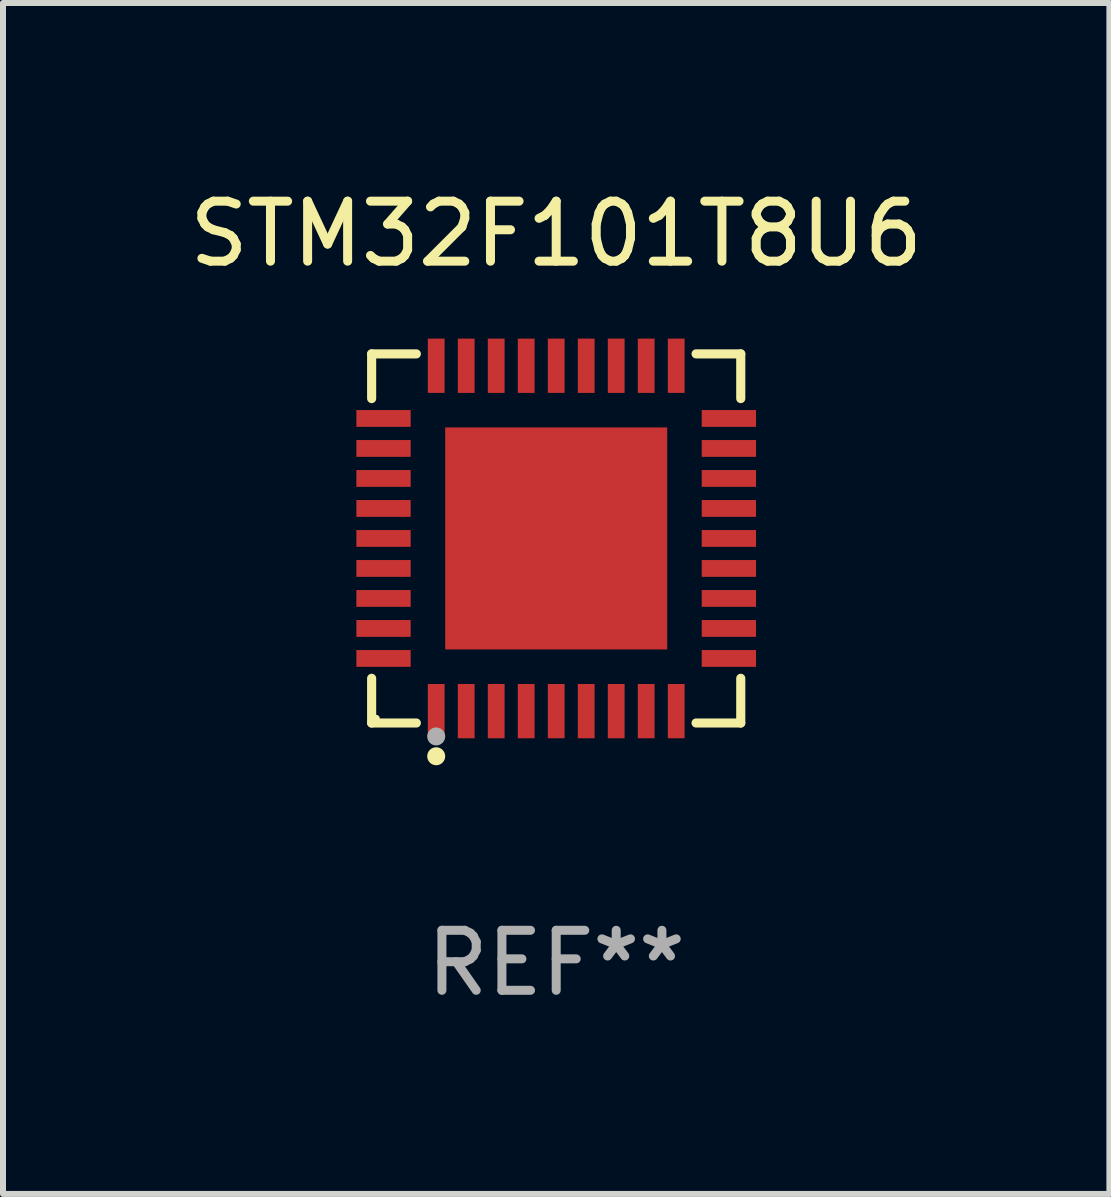
<source format=kicad_pcb>
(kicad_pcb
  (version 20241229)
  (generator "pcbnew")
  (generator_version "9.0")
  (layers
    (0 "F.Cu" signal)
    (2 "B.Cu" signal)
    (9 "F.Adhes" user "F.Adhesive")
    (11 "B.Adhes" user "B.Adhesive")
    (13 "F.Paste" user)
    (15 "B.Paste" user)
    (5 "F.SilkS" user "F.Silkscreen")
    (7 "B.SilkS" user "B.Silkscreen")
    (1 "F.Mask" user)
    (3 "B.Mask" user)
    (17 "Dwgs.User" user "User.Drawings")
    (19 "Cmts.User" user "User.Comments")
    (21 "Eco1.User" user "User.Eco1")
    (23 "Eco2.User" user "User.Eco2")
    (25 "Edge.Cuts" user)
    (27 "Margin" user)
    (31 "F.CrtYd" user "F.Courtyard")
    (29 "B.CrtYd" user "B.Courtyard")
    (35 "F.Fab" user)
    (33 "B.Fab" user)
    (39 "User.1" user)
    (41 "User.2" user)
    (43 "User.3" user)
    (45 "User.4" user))
  (footprint "STM32F101T8U6"
    (layer "F.Cu")
    (at 6.22 5.924)
    (property "Reference" "STM32F101T8U6" (at 0 -5.076 0) (layer "F.SilkS") (effects (font (size 1 1) (thickness 0.15))))
    (attr through_hole)
    (fp_line (start -3.076 -3.076) (end -2.331 -3.076) (stroke (width 0.152) (type solid)) (layer "F.SilkS"))
    (fp_line (start -3.076 -2.331) (end -3.076 -3.076) (stroke (width 0.152) (type solid)) (layer "F.SilkS"))
    (fp_line (start -3.076 2.331) (end -3.076 3.076) (stroke (width 0.152) (type solid)) (layer "F.SilkS"))
    (fp_line (start -3.076 3.076) (end -2.331 3.076) (stroke (width 0.152) (type solid)) (layer "F.SilkS"))
    (fp_line (start 3.076 -3.076) (end 2.331 -3.076) (stroke (width 0.152) (type solid)) (layer "F.SilkS"))
    (fp_line (start 3.076 -2.331) (end 3.076 -3.076) (stroke (width 0.152) (type solid)) (layer "F.SilkS"))
    (fp_line (start 3.076 2.331) (end 3.076 3.076) (stroke (width 0.152) (type solid)) (layer "F.SilkS"))
    (fp_line (start 3.076 3.076) (end 2.331 3.076) (stroke (width 0.152) (type solid)) (layer "F.SilkS"))
    (fp_circle (center -3 3) (end -2.97 3) (stroke (width 0.06) (type solid)) (fill no) (layer "F.SilkS"))
    (fp_circle (center -2 3.63) (end -1.925 3.63) (stroke (width 0.15) (type solid)) (fill no) (layer "F.SilkS"))
    (fp_circle (center -2 3.3) (end -1.925 3.3) (stroke (width 0.15) (type solid)) (fill no) (layer "F.Fab"))
    (fp_text user "REF**" (at 0 7.076 0) (layer "F.Fab") (effects (font (size 1 1) (thickness 0.15))))
    (pad "1" smd rect (at -2 2.878) (size 0.28 0.905) (layers "F.Cu" "F.Mask" "F.Paste"))
    (pad "2" smd rect (at -1.5 2.878) (size 0.28 0.905) (layers "F.Cu" "F.Mask" "F.Paste"))
    (pad "3" smd rect (at -1 2.878) (size 0.28 0.905) (layers "F.Cu" "F.Mask" "F.Paste"))
    (pad "4" smd rect (at -0.5 2.878) (size 0.28 0.905) (layers "F.Cu" "F.Mask" "F.Paste"))
    (pad "5" smd rect (at 0 2.878) (size 0.28 0.905) (layers "F.Cu" "F.Mask" "F.Paste"))
    (pad "6" smd rect (at 0.5 2.878) (size 0.28 0.905) (layers "F.Cu" "F.Mask" "F.Paste"))
    (pad "7" smd rect (at 1 2.878) (size 0.28 0.905) (layers "F.Cu" "F.Mask" "F.Paste"))
    (pad "8" smd rect (at 1.5 2.878) (size 0.28 0.905) (layers "F.Cu" "F.Mask" "F.Paste"))
    (pad "9" smd rect (at 2 2.878) (size 0.28 0.905) (layers "F.Cu" "F.Mask" "F.Paste"))
    (pad "10" smd rect (at 2.878 2) (size 0.905 0.28) (layers "F.Cu" "F.Mask" "F.Paste"))
    (pad "11" smd rect (at 2.878 1.5) (size 0.905 0.28) (layers "F.Cu" "F.Mask" "F.Paste"))
    (pad "12" smd rect (at 2.878 1) (size 0.905 0.28) (layers "F.Cu" "F.Mask" "F.Paste"))
    (pad "13" smd rect (at 2.878 0.5) (size 0.905 0.28) (layers "F.Cu" "F.Mask" "F.Paste"))
    (pad "14" smd rect (at 2.878 0) (size 0.905 0.28) (layers "F.Cu" "F.Mask" "F.Paste"))
    (pad "15" smd rect (at 2.878 -0.5) (size 0.905 0.28) (layers "F.Cu" "F.Mask" "F.Paste"))
    (pad "16" smd rect (at 2.878 -1) (size 0.905 0.28) (layers "F.Cu" "F.Mask" "F.Paste"))
    (pad "17" smd rect (at 2.878 -1.5) (size 0.905 0.28) (layers "F.Cu" "F.Mask" "F.Paste"))
    (pad "18" smd rect (at 2.878 -2) (size 0.905 0.28) (layers "F.Cu" "F.Mask" "F.Paste"))
    (pad "19" smd rect (at 2 -2.878) (size 0.28 0.905) (layers "F.Cu" "F.Mask" "F.Paste"))
    (pad "20" smd rect (at 1.5 -2.878) (size 0.28 0.905) (layers "F.Cu" "F.Mask" "F.Paste"))
    (pad "21" smd rect (at 1 -2.878) (size 0.28 0.905) (layers "F.Cu" "F.Mask" "F.Paste"))
    (pad "22" smd rect (at 0.5 -2.878) (size 0.28 0.905) (layers "F.Cu" "F.Mask" "F.Paste"))
    (pad "23" smd rect (at 0 -2.878) (size 0.28 0.905) (layers "F.Cu" "F.Mask" "F.Paste"))
    (pad "24" smd rect (at -0.5 -2.878) (size 0.28 0.905) (layers "F.Cu" "F.Mask" "F.Paste"))
    (pad "25" smd rect (at -1 -2.878) (size 0.28 0.905) (layers "F.Cu" "F.Mask" "F.Paste"))
    (pad "26" smd rect (at -1.5 -2.878) (size 0.28 0.905) (layers "F.Cu" "F.Mask" "F.Paste"))
    (pad "27" smd rect (at -2 -2.878) (size 0.28 0.905) (layers "F.Cu" "F.Mask" "F.Paste"))
    (pad "28" smd rect (at -2.878 -2) (size 0.905 0.28) (layers "F.Cu" "F.Mask" "F.Paste"))
    (pad "29" smd rect (at -2.878 -1.5) (size 0.905 0.28) (layers "F.Cu" "F.Mask" "F.Paste"))
    (pad "30" smd rect (at -2.878 -1) (size 0.905 0.28) (layers "F.Cu" "F.Mask" "F.Paste"))
    (pad "31" smd rect (at -2.878 -0.5) (size 0.905 0.28) (layers "F.Cu" "F.Mask" "F.Paste"))
    (pad "32" smd rect (at -2.878 0) (size 0.905 0.28) (layers "F.Cu" "F.Mask" "F.Paste"))
    (pad "33" smd rect (at -2.878 0.5) (size 0.905 0.28) (layers "F.Cu" "F.Mask" "F.Paste"))
    (pad "34" smd rect (at -2.878 1) (size 0.905 0.28) (layers "F.Cu" "F.Mask" "F.Paste"))
    (pad "35" smd rect (at -2.878 1.5) (size 0.905 0.28) (layers "F.Cu" "F.Mask" "F.Paste"))
    (pad "36" smd rect (at -2.878 2) (size 0.905 0.28) (layers "F.Cu" "F.Mask" "F.Paste"))
    (pad "37" smd rect (at 0 0) (size 3.7 3.7) (layers "F.Cu" "F.Mask" "F.Paste")))
  (gr_rect
    (start -3 -3)
    (end 15.44 16.849)
    (stroke (width 0.1) (type default))
    (fill no)
    (layer "Edge.Cuts")))
</source>
